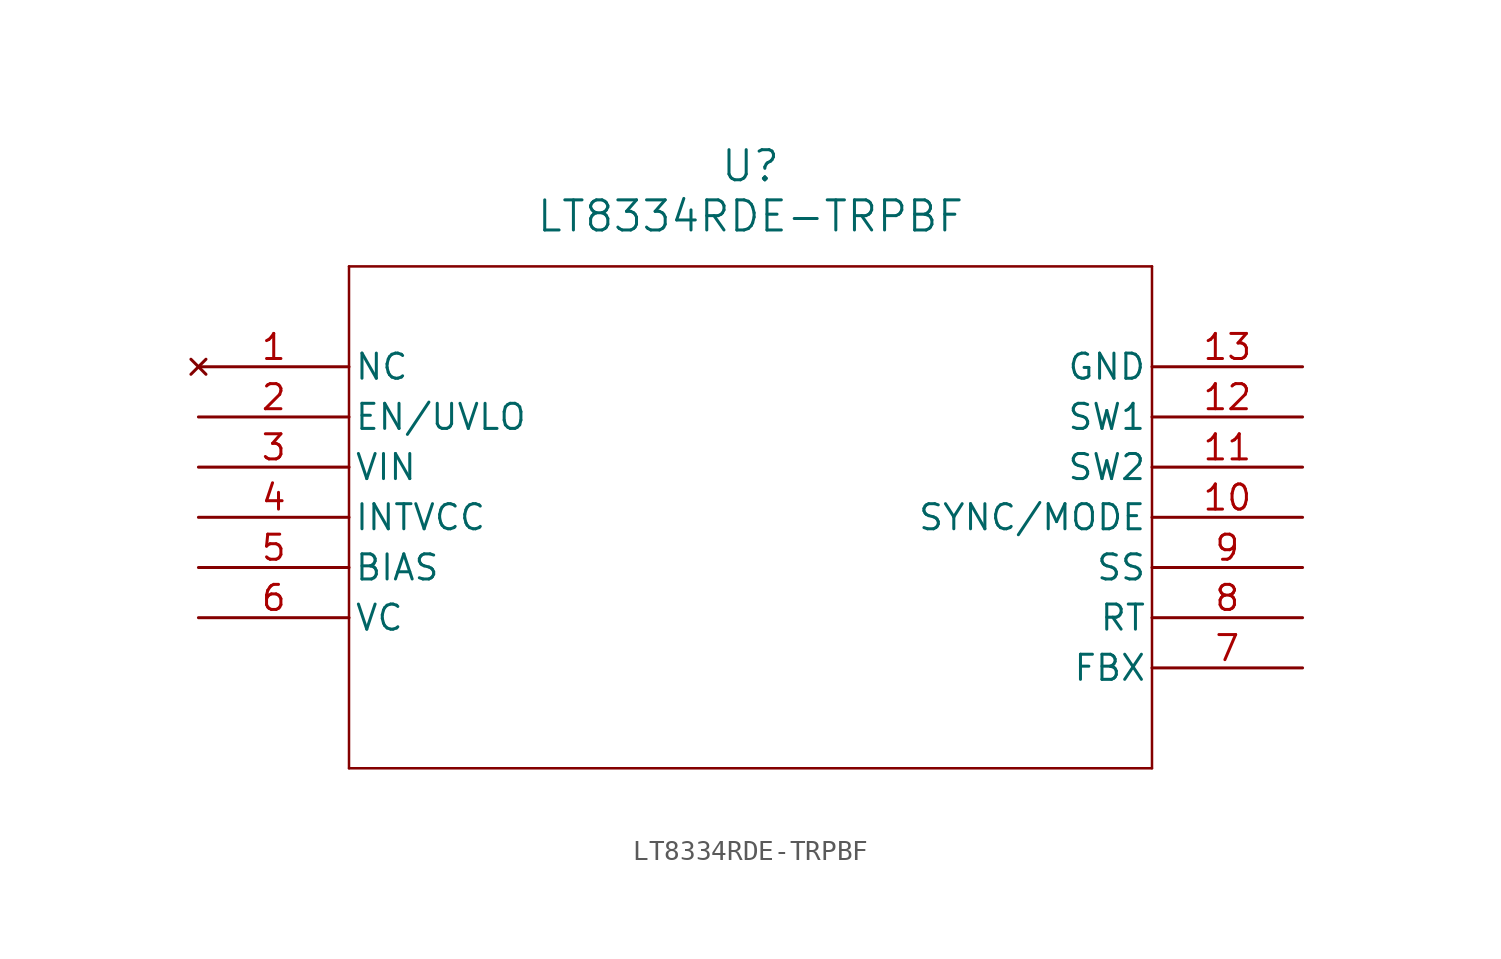
<source format=kicad_sym>
(kicad_symbol_lib
  (version 20211014)
  (generator kicad_symbol_editor)
  (symbol "LT8334RDE-TRPBF"
    (pin_names
      (offset 0.254))
    (property "Reference" "U"
      (at 27.94 10.16 0)
      (effects (font (size 1.524 1.524))))
    (property "Value" "LT8334RDE-TRPBF"
      (at 27.94 7.62 0)
      (effects (font (size 1.524 1.524))))
    (symbol "LT8334RDE-TRPBF_0_1"
      (polyline (pts (xy 7.62 5.08) (xy 7.62 -20.32)) (stroke (width 0.127) (type default) (color 0 0 0 0)) (fill (type none)))
      (polyline (pts (xy 7.62 -20.32) (xy 48.26 -20.32)) (stroke (width 0.127) (type default) (color 0 0 0 0)) (fill (type none)))
      (polyline (pts (xy 48.26 -20.32) (xy 48.26 5.08)) (stroke (width 0.127) (type default) (color 0 0 0 0)) (fill (type none)))
      (polyline (pts (xy 48.26 5.08) (xy 7.62 5.08)) (stroke (width 0.127) (type default) (color 0 0 0 0)) (fill (type none)))
      (pin no_connect line (at 0 0 0) (length 7.62) (name "NC" (effects (font (size 1.27 1.27)))) (number "1" (effects (font (size 1.27 1.27)))))
      (pin unspecified line (at 0 -2.54 0) (length 7.62) (name "EN/UVLO" (effects (font (size 1.27 1.27)))) (number "2" (effects (font (size 1.27 1.27)))))
      (pin power_in line (at 0 -5.08 0) (length 7.62) (name "VIN" (effects (font (size 1.27 1.27)))) (number "3" (effects (font (size 1.27 1.27)))))
      (pin power_in line (at 0 -7.62 0) (length 7.62) (name "INTVCC" (effects (font (size 1.27 1.27)))) (number "4" (effects (font (size 1.27 1.27)))))
      (pin power_in line (at 0 -10.16 0) (length 7.62) (name "BIAS" (effects (font (size 1.27 1.27)))) (number "5" (effects (font (size 1.27 1.27)))))
      (pin unspecified line (at 0 -12.7 0) (length 7.62) (name "VC" (effects (font (size 1.27 1.27)))) (number "6" (effects (font (size 1.27 1.27)))))
      (pin unspecified line (at 55.88 -15.24 180) (length 7.62) (name "FBX" (effects (font (size 1.27 1.27)))) (number "7" (effects (font (size 1.27 1.27)))))
      (pin unspecified line (at 55.88 -12.7 180) (length 7.62) (name "RT" (effects (font (size 1.27 1.27)))) (number "8" (effects (font (size 1.27 1.27)))))
      (pin unspecified line (at 55.88 -10.16 180) (length 7.62) (name "SS" (effects (font (size 1.27 1.27)))) (number "9" (effects (font (size 1.27 1.27)))))
      (pin unspecified line (at 55.88 -7.62 180) (length 7.62) (name "SYNC/MODE" (effects (font (size 1.27 1.27)))) (number "10" (effects (font (size 1.27 1.27)))))
      (pin unspecified line (at 55.88 -5.08 180) (length 7.62) (name "SW2" (effects (font (size 1.27 1.27)))) (number "11" (effects (font (size 1.27 1.27)))))
      (pin unspecified line (at 55.88 -2.54 180) (length 7.62) (name "SW1" (effects (font (size 1.27 1.27)))) (number "12" (effects (font (size 1.27 1.27)))))
      (pin power_out line (at 55.88 0 180) (length 7.62) (name "GND" (effects (font (size 1.27 1.27)))) (number "13" (effects (font (size 1.27 1.27))))))))
</source>
